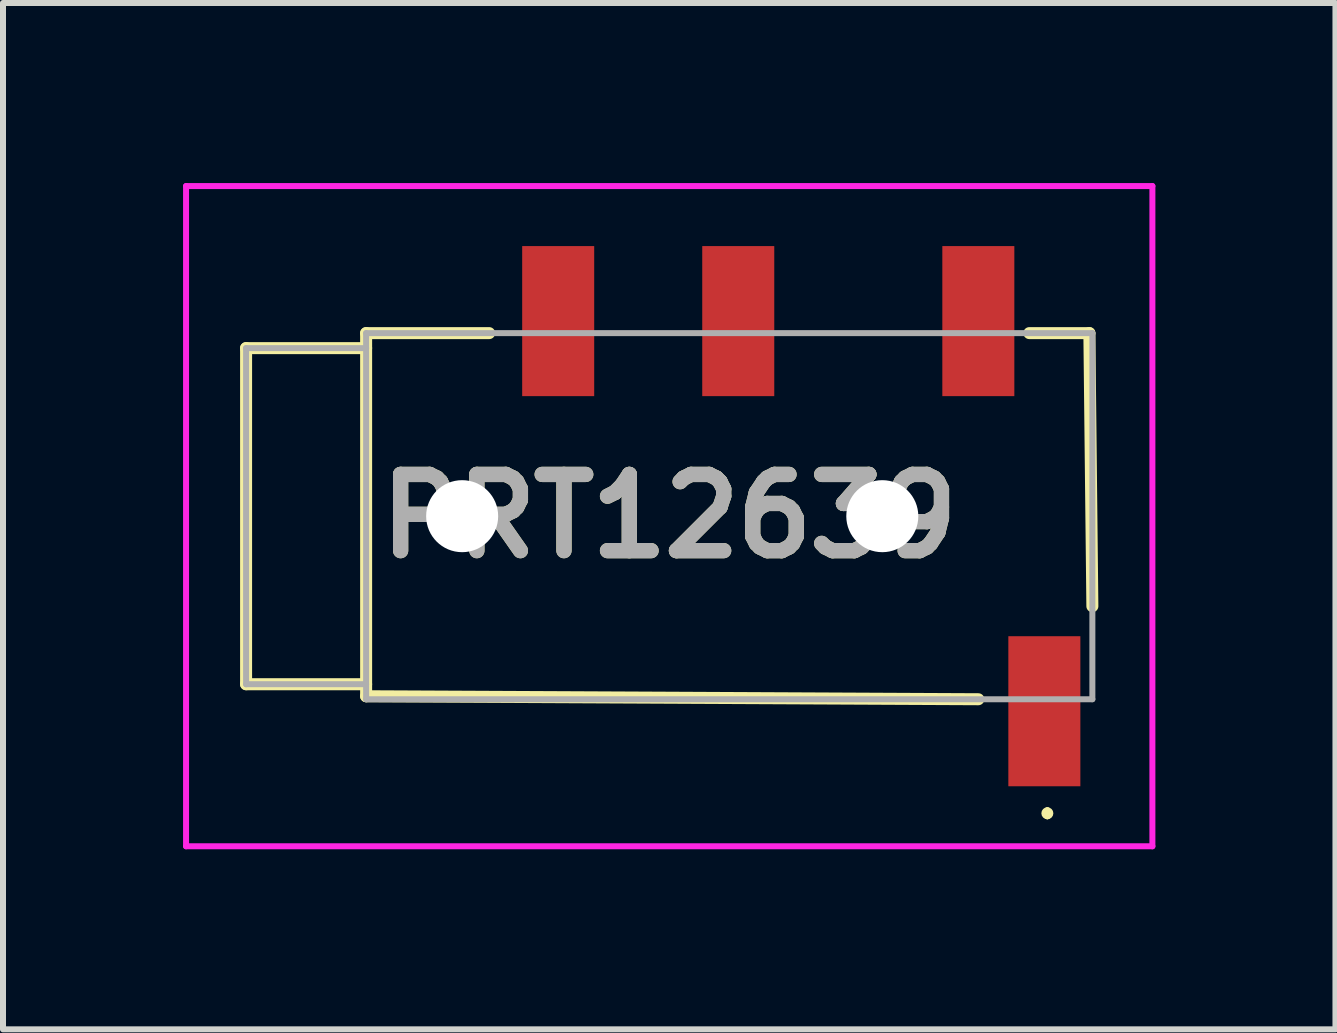
<source format=kicad_pcb>
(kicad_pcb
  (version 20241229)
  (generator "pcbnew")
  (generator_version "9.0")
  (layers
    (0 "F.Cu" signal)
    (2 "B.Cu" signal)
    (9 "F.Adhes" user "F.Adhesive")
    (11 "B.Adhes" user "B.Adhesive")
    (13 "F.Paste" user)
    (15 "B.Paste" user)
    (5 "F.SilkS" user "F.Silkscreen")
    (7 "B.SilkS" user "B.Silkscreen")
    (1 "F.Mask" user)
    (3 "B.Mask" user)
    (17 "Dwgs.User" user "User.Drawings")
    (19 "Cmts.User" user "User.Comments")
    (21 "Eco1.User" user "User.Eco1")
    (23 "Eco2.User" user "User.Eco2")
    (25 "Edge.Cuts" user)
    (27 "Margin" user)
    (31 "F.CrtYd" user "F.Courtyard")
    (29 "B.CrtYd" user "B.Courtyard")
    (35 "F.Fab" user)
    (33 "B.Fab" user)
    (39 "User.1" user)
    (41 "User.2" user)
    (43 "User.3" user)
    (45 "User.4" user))
  (footprint "PRT12639"
    (layer "F.Cu")
    (at 8.1 5.55)
    (property "Reference" "PRT12639" (at 0 0 0) (layer "F.SilkS") (effects (font (size 1.27 1.27) (thickness 0.254))))
    (attr through_hole)
    (fp_line (start -7.05 -2.8) (end -7.05 2.8) (stroke (width 0.2) (type solid)) (layer "F.SilkS"))
    (fp_line (start -7.05 2.8) (end -5.05 2.8) (stroke (width 0.2) (type solid)) (layer "F.SilkS"))
    (fp_line (start -5.05 -3.05) (end -5.05 3) (stroke (width 0.2) (type solid)) (layer "F.SilkS"))
    (fp_line (start -5.05 -2.8) (end -7.05 -2.8) (stroke (width 0.2) (type solid)) (layer "F.SilkS"))
    (fp_line (start -5.05 3) (end 5.15 3.05) (stroke (width 0.2) (type solid)) (layer "F.SilkS"))
    (fp_line (start -3 -3.05) (end -5.05 -3.05) (stroke (width 0.2) (type solid)) (layer "F.SilkS"))
    (fp_line (start 6 -3.05) (end 7 -3.05) (stroke (width 0.2) (type solid)) (layer "F.SilkS"))
    (fp_line (start 6.3 4.9) (end 6.3 4.9) (stroke (width 0.1) (type solid)) (layer "F.SilkS"))
    (fp_line (start 6.3 5) (end 6.3 5) (stroke (width 0.1) (type solid)) (layer "F.SilkS"))
    (fp_line (start 7 -3.05) (end 7.05 1.5) (stroke (width 0.2) (type solid)) (layer "F.SilkS"))
    (fp_arc (start 6.3 4.9) (mid 6.35 4.95) (end 6.3 5) (stroke (width 0.1) (type solid)) (layer "F.SilkS"))
    (fp_arc (start 6.3 5) (mid 6.25 4.95) (end 6.3 4.9) (stroke (width 0.1) (type solid)) (layer "F.SilkS"))
    (fp_line (start -8.05 -5.5) (end 8.05 -5.5) (stroke (width 0.1) (type solid)) (layer "F.CrtYd"))
    (fp_line (start -8.05 5.5) (end -8.05 -5.5) (stroke (width 0.1) (type solid)) (layer "F.CrtYd"))
    (fp_line (start 8.05 -5.5) (end 8.05 5.5) (stroke (width 0.1) (type solid)) (layer "F.CrtYd"))
    (fp_line (start 8.05 5.5) (end -8.05 5.5) (stroke (width 0.1) (type solid)) (layer "F.CrtYd"))
    (fp_line (start -7.05 -2.8) (end -7.05 2.8) (stroke (width 0.1) (type solid)) (layer "F.Fab"))
    (fp_line (start -7.05 2.8) (end -5.05 2.8) (stroke (width 0.1) (type solid)) (layer "F.Fab"))
    (fp_line (start -5.05 -3.05) (end 7.05 -3.05) (stroke (width 0.1) (type solid)) (layer "F.Fab"))
    (fp_line (start -5.05 -2.8) (end -7.05 -2.8) (stroke (width 0.1) (type solid)) (layer "F.Fab"))
    (fp_line (start -5.05 3.05) (end -5.05 -3.05) (stroke (width 0.1) (type solid)) (layer "F.Fab"))
    (fp_line (start 7.05 -3.05) (end 7.05 3.05) (stroke (width 0.1) (type solid)) (layer "F.Fab"))
    (fp_line (start 7.05 3.05) (end -5.05 3.05) (stroke (width 0.1) (type solid)) (layer "F.Fab"))
    (fp_text user "${REFERENCE}" (at 0 0 0) (layer "F.Fab") (effects (font (size 1.27 1.27) (thickness 0.254))))
    (pad "" np_thru_hole circle (at -3.45 0) (size 1.2 1.2) (drill 1.2) (layers "*.Cu" "*.Mask"))
    (pad "" np_thru_hole circle (at 3.55 0) (size 1.2 1.2) (drill 1.2) (layers "*.Cu" "*.Mask"))
    (pad "1" smd rect (at 6.25 3.25) (size 1.2 2.5) (layers "F.Cu" "F.Mask" "F.Paste"))
    (pad "2" smd rect (at 5.15 -3.25) (size 1.2 2.5) (layers "F.Cu" "F.Mask" "F.Paste"))
    (pad "3" smd rect (at 1.15 -3.25) (size 1.2 2.5) (layers "F.Cu" "F.Mask" "F.Paste"))
    (pad "4" smd rect (at -1.85 -3.25) (size 1.2 2.5) (layers "F.Cu" "F.Mask" "F.Paste")))
  (gr_rect
    (start -3 -3)
    (end 19.2 14.1)
    (stroke (width 0.1) (type default))
    (fill no)
    (layer "Edge.Cuts")))
</source>
